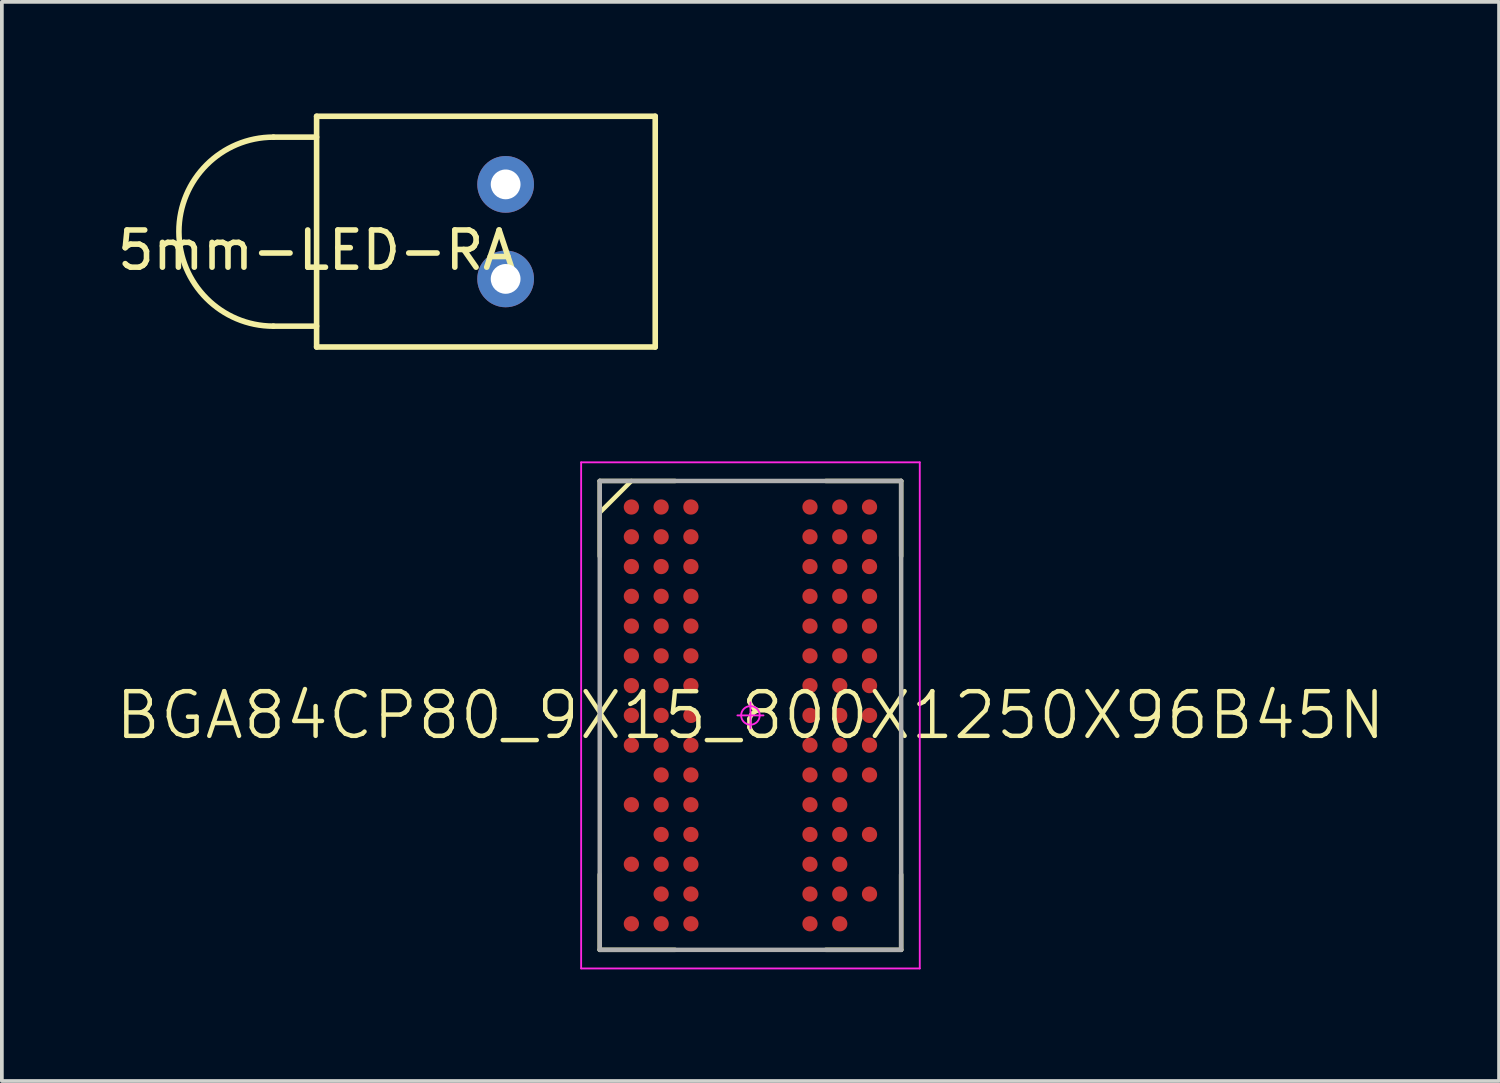
<source format=kicad_pcb>
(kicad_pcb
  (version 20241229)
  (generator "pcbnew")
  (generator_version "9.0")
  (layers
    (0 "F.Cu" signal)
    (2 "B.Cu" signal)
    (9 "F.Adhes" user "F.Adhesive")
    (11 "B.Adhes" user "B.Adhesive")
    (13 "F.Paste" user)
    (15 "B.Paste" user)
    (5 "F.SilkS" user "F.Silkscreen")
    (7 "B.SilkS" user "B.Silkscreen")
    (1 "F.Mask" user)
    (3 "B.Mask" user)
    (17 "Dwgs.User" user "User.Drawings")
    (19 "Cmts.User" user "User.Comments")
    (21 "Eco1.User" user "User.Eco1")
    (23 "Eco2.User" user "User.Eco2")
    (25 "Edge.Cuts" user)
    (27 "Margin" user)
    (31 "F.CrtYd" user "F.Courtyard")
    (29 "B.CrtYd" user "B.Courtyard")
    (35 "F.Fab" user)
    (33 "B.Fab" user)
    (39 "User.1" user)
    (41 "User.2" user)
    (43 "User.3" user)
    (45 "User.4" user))
  (footprint "BGA84CP80_9X15_800X1250X96B45N"
    (layer "F.Cu")
    (at 17.117 16.175)
    (property "Reference" "BGA84CP80_9X15_800X1250X96B45N" (at 0 0 0) (layer "F.SilkS") (effects (font (size 1.2 1.2) (thickness 0.12))))
    (attr smd)
    (fp_line (start -4.05 -6.3) (end -4.05 -4.275) (stroke (width 0.12) (type solid)) (layer "F.SilkS"))
    (fp_line (start -4.05 6.3) (end -4.05 4.275) (stroke (width 0.12) (type solid)) (layer "F.SilkS"))
    (fp_line (start -3.2 -6.299) (end -4.039 -5.461) (stroke (width 0.12) (type solid)) (layer "F.SilkS"))
    (fp_line (start -2.025 -6.3) (end -4.05 -6.3) (stroke (width 0.12) (type solid)) (layer "F.SilkS"))
    (fp_line (start -2.025 6.3) (end -4.05 6.3) (stroke (width 0.12) (type solid)) (layer "F.SilkS"))
    (fp_line (start 2.025 -6.3) (end 4.05 -6.3) (stroke (width 0.12) (type solid)) (layer "F.SilkS"))
    (fp_line (start 2.025 6.3) (end 4.05 6.3) (stroke (width 0.12) (type solid)) (layer "F.SilkS"))
    (fp_line (start 4.05 -6.3) (end 4.05 -4.275) (stroke (width 0.12) (type solid)) (layer "F.SilkS"))
    (fp_line (start 4.05 6.3) (end 4.05 4.275) (stroke (width 0.12) (type solid)) (layer "F.SilkS"))
    (fp_line (start -4.55 -6.8) (end -4.55 6.8) (stroke (width 0.05) (type solid)) (layer "F.CrtYd"))
    (fp_line (start -4.55 6.8) (end 4.55 6.8) (stroke (width 0.05) (type solid)) (layer "F.CrtYd"))
    (fp_line (start -0.35 0) (end 0.35 0) (stroke (width 0.05) (type solid)) (layer "F.CrtYd"))
    (fp_line (start 0 0.35) (end 0 -0.35) (stroke (width 0.05) (type solid)) (layer "F.CrtYd"))
    (fp_line (start 4.55 -6.8) (end -4.55 -6.8) (stroke (width 0.05) (type solid)) (layer "F.CrtYd"))
    (fp_line (start 4.55 6.8) (end 4.55 -6.8) (stroke (width 0.05) (type solid)) (layer "F.CrtYd"))
    (fp_circle (center 0 0) (end 0 0.25) (stroke (width 0.05) (type solid)) (fill no) (layer "F.CrtYd"))
    (fp_line (start -4.05 -6.3) (end -4.05 6.3) (stroke (width 0.12) (type solid)) (layer "F.Fab"))
    (fp_line (start -4.05 6.3) (end 4.05 6.3) (stroke (width 0.12) (type solid)) (layer "F.Fab"))
    (fp_line (start 4.05 -6.3) (end -4.05 -6.3) (stroke (width 0.12) (type solid)) (layer "F.Fab"))
    (fp_line (start 4.05 6.3) (end 4.05 -6.3) (stroke (width 0.12) (type solid)) (layer "F.Fab"))
    (pad "A1" smd circle (at -3.2 -5.6) (size 0.41 0.41) (layers "F.Cu" "F.Mask" "F.Paste"))
    (pad "A2" smd circle (at -2.4 -5.6) (size 0.41 0.41) (layers "F.Cu" "F.Mask" "F.Paste"))
    (pad "A3" smd circle (at -1.6 -5.6) (size 0.41 0.41) (layers "F.Cu" "F.Mask" "F.Paste"))
    (pad "A7" smd circle (at 1.6 -5.6) (size 0.41 0.41) (layers "F.Cu" "F.Mask" "F.Paste"))
    (pad "A8" smd circle (at 2.4 -5.6) (size 0.41 0.41) (layers "F.Cu" "F.Mask" "F.Paste"))
    (pad "A9" smd circle (at 3.2 -5.6) (size 0.41 0.41) (layers "F.Cu" "F.Mask" "F.Paste"))
    (pad "B1" smd circle (at -3.2 -4.8) (size 0.41 0.41) (layers "F.Cu" "F.Mask" "F.Paste"))
    (pad "B2" smd circle (at -2.4 -4.8) (size 0.41 0.41) (layers "F.Cu" "F.Mask" "F.Paste"))
    (pad "B3" smd circle (at -1.6 -4.8) (size 0.41 0.41) (layers "F.Cu" "F.Mask" "F.Paste"))
    (pad "B7" smd circle (at 1.6 -4.8) (size 0.41 0.41) (layers "F.Cu" "F.Mask" "F.Paste"))
    (pad "B8" smd circle (at 2.4 -4.8) (size 0.41 0.41) (layers "F.Cu" "F.Mask" "F.Paste"))
    (pad "B9" smd circle (at 3.2 -4.8) (size 0.41 0.41) (layers "F.Cu" "F.Mask" "F.Paste"))
    (pad "C1" smd circle (at -3.2 -4) (size 0.41 0.41) (layers "F.Cu" "F.Mask" "F.Paste"))
    (pad "C2" smd circle (at -2.4 -4) (size 0.41 0.41) (layers "F.Cu" "F.Mask" "F.Paste"))
    (pad "C3" smd circle (at -1.6 -4) (size 0.41 0.41) (layers "F.Cu" "F.Mask" "F.Paste"))
    (pad "C7" smd circle (at 1.6 -4) (size 0.41 0.41) (layers "F.Cu" "F.Mask" "F.Paste"))
    (pad "C8" smd circle (at 2.4 -4) (size 0.41 0.41) (layers "F.Cu" "F.Mask" "F.Paste"))
    (pad "C9" smd circle (at 3.2 -4) (size 0.41 0.41) (layers "F.Cu" "F.Mask" "F.Paste"))
    (pad "D1" smd circle (at -3.2 -3.2) (size 0.41 0.41) (layers "F.Cu" "F.Mask" "F.Paste"))
    (pad "D2" smd circle (at -2.4 -3.2) (size 0.41 0.41) (layers "F.Cu" "F.Mask" "F.Paste"))
    (pad "D3" smd circle (at -1.6 -3.2) (size 0.41 0.41) (layers "F.Cu" "F.Mask" "F.Paste"))
    (pad "D7" smd circle (at 1.6 -3.2) (size 0.41 0.41) (layers "F.Cu" "F.Mask" "F.Paste"))
    (pad "D8" smd circle (at 2.4 -3.2) (size 0.41 0.41) (layers "F.Cu" "F.Mask" "F.Paste"))
    (pad "D9" smd circle (at 3.2 -3.2) (size 0.41 0.41) (layers "F.Cu" "F.Mask" "F.Paste"))
    (pad "E1" smd circle (at -3.2 -2.4) (size 0.41 0.41) (layers "F.Cu" "F.Mask" "F.Paste"))
    (pad "E2" smd circle (at -2.4 -2.4) (size 0.41 0.41) (layers "F.Cu" "F.Mask" "F.Paste"))
    (pad "E3" smd circle (at -1.6 -2.4) (size 0.41 0.41) (layers "F.Cu" "F.Mask" "F.Paste"))
    (pad "E7" smd circle (at 1.6 -2.4) (size 0.41 0.41) (layers "F.Cu" "F.Mask" "F.Paste"))
    (pad "E8" smd circle (at 2.4 -2.4) (size 0.41 0.41) (layers "F.Cu" "F.Mask" "F.Paste"))
    (pad "E9" smd circle (at 3.2 -2.4) (size 0.41 0.41) (layers "F.Cu" "F.Mask" "F.Paste"))
    (pad "F1" smd circle (at -3.2 -1.6) (size 0.41 0.41) (layers "F.Cu" "F.Mask" "F.Paste"))
    (pad "F2" smd circle (at -2.4 -1.6) (size 0.41 0.41) (layers "F.Cu" "F.Mask" "F.Paste"))
    (pad "F3" smd circle (at -1.6 -1.6) (size 0.41 0.41) (layers "F.Cu" "F.Mask" "F.Paste"))
    (pad "F7" smd circle (at 1.6 -1.6) (size 0.41 0.41) (layers "F.Cu" "F.Mask" "F.Paste"))
    (pad "F8" smd circle (at 2.4 -1.6) (size 0.41 0.41) (layers "F.Cu" "F.Mask" "F.Paste"))
    (pad "F9" smd circle (at 3.2 -1.6) (size 0.41 0.41) (layers "F.Cu" "F.Mask" "F.Paste"))
    (pad "G1" smd circle (at -3.2 -0.8) (size 0.41 0.41) (layers "F.Cu" "F.Mask" "F.Paste"))
    (pad "G2" smd circle (at -2.4 -0.8) (size 0.41 0.41) (layers "F.Cu" "F.Mask" "F.Paste"))
    (pad "G3" smd circle (at -1.6 -0.8) (size 0.41 0.41) (layers "F.Cu" "F.Mask" "F.Paste"))
    (pad "G7" smd circle (at 1.6 -0.8) (size 0.41 0.41) (layers "F.Cu" "F.Mask" "F.Paste"))
    (pad "G8" smd circle (at 2.4 -0.8) (size 0.41 0.41) (layers "F.Cu" "F.Mask" "F.Paste"))
    (pad "G9" smd circle (at 3.2 -0.8) (size 0.41 0.41) (layers "F.Cu" "F.Mask" "F.Paste"))
    (pad "H1" smd circle (at -3.2 0) (size 0.41 0.41) (layers "F.Cu" "F.Mask" "F.Paste"))
    (pad "H2" smd circle (at -2.4 0) (size 0.41 0.41) (layers "F.Cu" "F.Mask" "F.Paste"))
    (pad "H3" smd circle (at -1.6 0) (size 0.41 0.41) (layers "F.Cu" "F.Mask" "F.Paste"))
    (pad "H7" smd circle (at 1.6 0) (size 0.41 0.41) (layers "F.Cu" "F.Mask" "F.Paste"))
    (pad "H8" smd circle (at 2.4 0) (size 0.41 0.41) (layers "F.Cu" "F.Mask" "F.Paste"))
    (pad "H9" smd circle (at 3.2 0) (size 0.41 0.41) (layers "F.Cu" "F.Mask" "F.Paste"))
    (pad "J1" smd circle (at -3.2 0.8) (size 0.41 0.41) (layers "F.Cu" "F.Mask" "F.Paste"))
    (pad "J2" smd circle (at -2.4 0.8) (size 0.41 0.41) (layers "F.Cu" "F.Mask" "F.Paste"))
    (pad "J3" smd circle (at -1.6 0.8) (size 0.41 0.41) (layers "F.Cu" "F.Mask" "F.Paste"))
    (pad "J7" smd circle (at 1.6 0.8) (size 0.41 0.41) (layers "F.Cu" "F.Mask" "F.Paste"))
    (pad "J8" smd circle (at 2.4 0.8) (size 0.41 0.41) (layers "F.Cu" "F.Mask" "F.Paste"))
    (pad "J9" smd circle (at 3.2 0.8) (size 0.41 0.41) (layers "F.Cu" "F.Mask" "F.Paste"))
    (pad "K2" smd circle (at -2.4 1.6) (size 0.41 0.41) (layers "F.Cu" "F.Mask" "F.Paste"))
    (pad "K3" smd circle (at -1.6 1.6) (size 0.41 0.41) (layers "F.Cu" "F.Mask" "F.Paste"))
    (pad "K7" smd circle (at 1.6 1.6) (size 0.41 0.41) (layers "F.Cu" "F.Mask" "F.Paste"))
    (pad "K8" smd circle (at 2.4 1.6) (size 0.41 0.41) (layers "F.Cu" "F.Mask" "F.Paste"))
    (pad "K9" smd circle (at 3.2 1.6) (size 0.41 0.41) (layers "F.Cu" "F.Mask" "F.Paste"))
    (pad "L1" smd circle (at -3.2 2.4) (size 0.41 0.41) (layers "F.Cu" "F.Mask" "F.Paste"))
    (pad "L2" smd circle (at -2.4 2.4) (size 0.41 0.41) (layers "F.Cu" "F.Mask" "F.Paste"))
    (pad "L3" smd circle (at -1.6 2.4) (size 0.41 0.41) (layers "F.Cu" "F.Mask" "F.Paste"))
    (pad "L7" smd circle (at 1.6 2.4) (size 0.41 0.41) (layers "F.Cu" "F.Mask" "F.Paste"))
    (pad "L8" smd circle (at 2.4 2.4) (size 0.41 0.41) (layers "F.Cu" "F.Mask" "F.Paste"))
    (pad "M2" smd circle (at -2.4 3.2) (size 0.41 0.41) (layers "F.Cu" "F.Mask" "F.Paste"))
    (pad "M3" smd circle (at -1.6 3.2) (size 0.41 0.41) (layers "F.Cu" "F.Mask" "F.Paste"))
    (pad "M7" smd circle (at 1.6 3.2) (size 0.41 0.41) (layers "F.Cu" "F.Mask" "F.Paste"))
    (pad "M8" smd circle (at 2.4 3.2) (size 0.41 0.41) (layers "F.Cu" "F.Mask" "F.Paste"))
    (pad "M9" smd circle (at 3.2 3.2) (size 0.41 0.41) (layers "F.Cu" "F.Mask" "F.Paste"))
    (pad "N1" smd circle (at -3.2 4) (size 0.41 0.41) (layers "F.Cu" "F.Mask" "F.Paste"))
    (pad "N2" smd circle (at -2.4 4) (size 0.41 0.41) (layers "F.Cu" "F.Mask" "F.Paste"))
    (pad "N3" smd circle (at -1.6 4) (size 0.41 0.41) (layers "F.Cu" "F.Mask" "F.Paste"))
    (pad "N7" smd circle (at 1.6 4) (size 0.41 0.41) (layers "F.Cu" "F.Mask" "F.Paste"))
    (pad "N8" smd circle (at 2.4 4) (size 0.41 0.41) (layers "F.Cu" "F.Mask" "F.Paste"))
    (pad "P2" smd circle (at -2.4 4.8) (size 0.41 0.41) (layers "F.Cu" "F.Mask" "F.Paste"))
    (pad "P3" smd circle (at -1.6 4.8) (size 0.41 0.41) (layers "F.Cu" "F.Mask" "F.Paste"))
    (pad "P7" smd circle (at 1.6 4.8) (size 0.41 0.41) (layers "F.Cu" "F.Mask" "F.Paste"))
    (pad "P8" smd circle (at 2.4 4.8) (size 0.41 0.41) (layers "F.Cu" "F.Mask" "F.Paste"))
    (pad "P9" smd circle (at 3.2 4.8) (size 0.41 0.41) (layers "F.Cu" "F.Mask" "F.Paste"))
    (pad "R1" smd circle (at -3.2 5.6) (size 0.41 0.41) (layers "F.Cu" "F.Mask" "F.Paste"))
    (pad "R2" smd circle (at -2.4 5.6) (size 0.41 0.41) (layers "F.Cu" "F.Mask" "F.Paste"))
    (pad "R3" smd circle (at -1.6 5.6) (size 0.41 0.41) (layers "F.Cu" "F.Mask" "F.Paste"))
    (pad "R7" smd circle (at 1.6 5.6) (size 0.41 0.41) (layers "F.Cu" "F.Mask" "F.Paste"))
    (pad "R8" smd circle (at 2.4 5.6) (size 0.41 0.41) (layers "F.Cu" "F.Mask" "F.Paste")))
  (footprint "5mm-LED-RA"
    (layer "F.Cu")
    (at 5.458 3.175)
    (property "Reference" "5mm-LED-RA" (at 0 0.5 0) (layer "F.SilkS") (effects (font (size 1 1) (thickness 0.15))))
    (attr through_hole)
    (fp_line (start -1.16 -2.54) (end 0 -2.54) (stroke (width 0.15) (type solid)) (layer "F.SilkS"))
    (fp_line (start -1.16 2.54) (end 0 2.54) (stroke (width 0.15) (type solid)) (layer "F.SilkS"))
    (fp_line (start 0 -3.1) (end 9.1 -3.1) (stroke (width 0.15) (type solid)) (layer "F.SilkS"))
    (fp_line (start 0 3.1) (end 0 -3.1) (stroke (width 0.15) (type solid)) (layer "F.SilkS"))
    (fp_line (start 9.1 3.1) (end 0 3.1) (stroke (width 0.15) (type solid)) (layer "F.SilkS"))
    (fp_line (start 9.1 3.1) (end 9.1 -3.1) (stroke (width 0.15) (type solid)) (layer "F.SilkS"))
    (fp_arc (start -1.16 2.54) (mid -3.7 0) (end -1.16 -2.54) (stroke (width 0.15) (type solid)) (layer "F.SilkS"))
    (pad "1" thru_hole circle (at 5.08 1.27) (size 1.524 1.524) (drill 0.8) (layers "*.Cu" "*.Mask"))
    (pad "2" thru_hole circle (at 5.08 -1.27) (size 1.524 1.524) (drill 0.8) (layers "*.Cu" "*.Mask")))
  (gr_rect
    (start -3 -3)
    (end 37.234 26)
    (stroke (width 0.1) (type default))
    (fill no)
    (layer "Edge.Cuts")))
</source>
